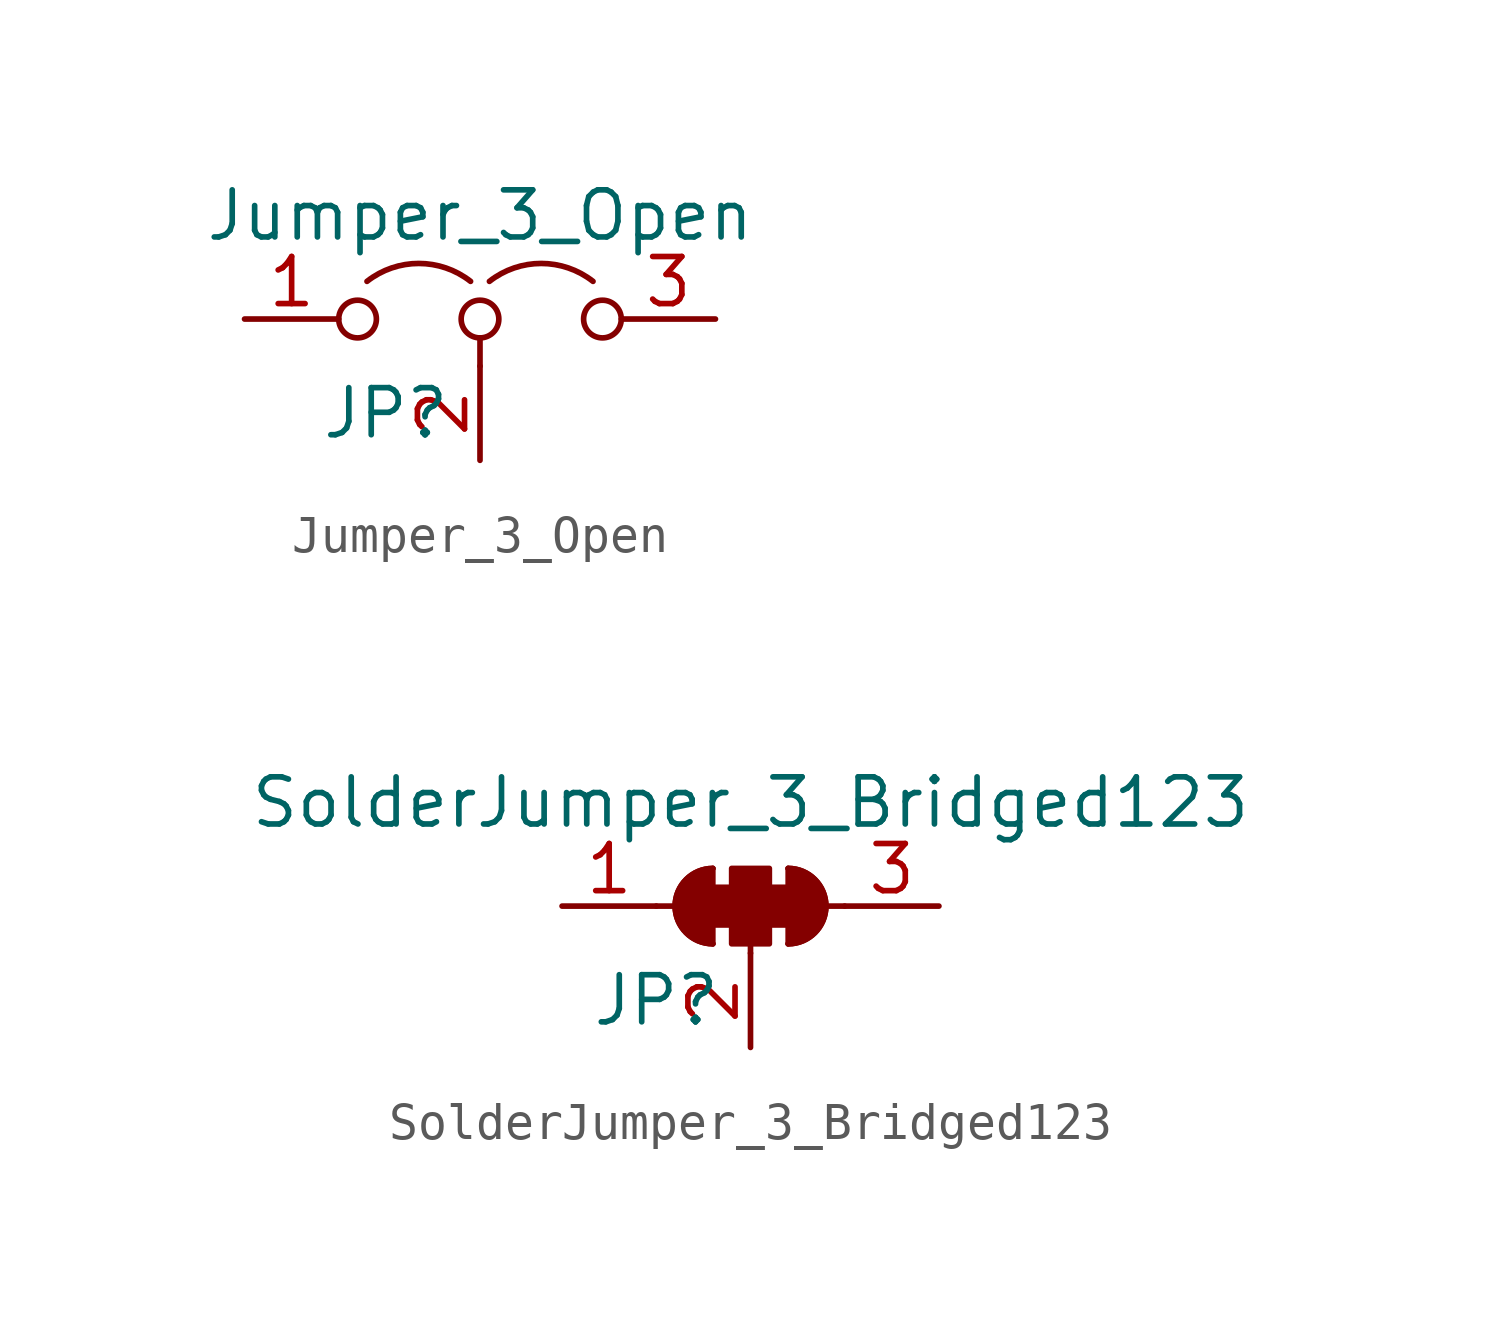
<source format=kicad_sym>
(kicad_symbol_lib
  (version 20211014)
  (generator kicad_symbol_editor)
  (symbol "Jumper_3_Open"
    (pin_names
      (offset 0) hide)
    (property "Reference" "JP"
      (at -2.54 -2.54 0)
      (effects (font (size 1.27 1.27))))
    (property "Value" "Jumper_3_Open"
      (at 0 2.794 0)
      (effects (font (size 1.27 1.27))))
    (symbol "Jumper_3_Open_0_0"
      (circle (center -3.302 0) (radius 0.508) (stroke (width 0) (type default) (color 0 0 0 0)) (fill (type none)))
      (circle (center 0 0) (radius 0.508) (stroke (width 0) (type default) (color 0 0 0 0)) (fill (type none)))
      (circle (center 3.302 0) (radius 0.508) (stroke (width 0) (type default) (color 0 0 0 0)) (fill (type none))))
    (symbol "Jumper_3_Open_0_1"
      (arc (start -0.254 1.016) (mid -1.651 1.4992) (end -3.048 1.016) (stroke (width 0) (type default) (color 0 0 0 0)) (fill (type none)))
      (polyline (pts (xy 0 -0.508) (xy 0 -1.27)) (stroke (width 0) (type default) (color 0 0 0 0)) (fill (type none)))
      (arc (start 3.048 1.016) (mid 1.651 1.4992) (end 0.254 1.016) (stroke (width 0) (type default) (color 0 0 0 0)) (fill (type none))))
    (symbol "Jumper_3_Open_1_1"
      (pin passive line (at -6.35 0 0) (length 2.54) (name "A" (effects (font (size 1.27 1.27)))) (number "1" (effects (font (size 1.27 1.27)))))
      (pin input line (at 0 -3.81 90) (length 2.54) (name "C" (effects (font (size 1.27 1.27)))) (number "2" (effects (font (size 1.27 1.27)))))
      (pin passive line (at 6.35 0 180) (length 2.54) (name "B" (effects (font (size 1.27 1.27)))) (number "3" (effects (font (size 1.27 1.27)))))))
  (symbol "SolderJumper_3_Bridged123"
    (pin_names
      (offset 0) hide)
    (property "Reference" "JP"
      (at -2.54 -2.54 0)
      (effects (font (size 1.27 1.27))))
    (property "Value" "SolderJumper_3_Bridged123"
      (at 0 2.794 0)
      (effects (font (size 1.27 1.27))))
    (symbol "SolderJumper_3_Bridged123_0_1"
      (rectangle (start -1.016 0.508) (end -0.508 -0.508) (stroke (width 0) (type default) (color 0 0 0 0)) (fill (type outline)))
      (arc (start -1.016 1.016) (mid -2.032 0) (end -1.016 -1.016) (stroke (width 0) (type default) (color 0 0 0 0)) (fill (type none)))
      (arc (start -1.016 1.016) (mid -2.032 0) (end -1.016 -1.016) (stroke (width 0) (type default) (color 0 0 0 0)) (fill (type outline)))
      (rectangle (start -0.508 1.016) (end 0.508 -1.016) (stroke (width 0) (type default) (color 0 0 0 0)) (fill (type outline)))
      (polyline (pts (xy -2.54 0) (xy -2.032 0)) (stroke (width 0) (type default) (color 0 0 0 0)) (fill (type none)))
      (polyline (pts (xy -1.016 1.016) (xy -1.016 -1.016)) (stroke (width 0) (type default) (color 0 0 0 0)) (fill (type none)))
      (polyline (pts (xy 0 -1.27) (xy 0 -1.016)) (stroke (width 0) (type default) (color 0 0 0 0)) (fill (type none)))
      (polyline (pts (xy 1.016 1.016) (xy 1.016 -1.016)) (stroke (width 0) (type default) (color 0 0 0 0)) (fill (type none)))
      (polyline (pts (xy 2.54 0) (xy 2.032 0)) (stroke (width 0) (type default) (color 0 0 0 0)) (fill (type none)))
      (rectangle (start 0.508 0.508) (end 1.016 -0.508) (stroke (width 0) (type default) (color 0 0 0 0)) (fill (type outline)))
      (arc (start 1.016 -1.016) (mid 2.032 0) (end 1.016 1.016) (stroke (width 0) (type default) (color 0 0 0 0)) (fill (type none)))
      (arc (start 1.016 -1.016) (mid 2.032 0) (end 1.016 1.016) (stroke (width 0) (type default) (color 0 0 0 0)) (fill (type outline))))
    (symbol "SolderJumper_3_Bridged123_1_1"
      (pin passive line (at -5.08 0 0) (length 2.54) (name "A" (effects (font (size 1.27 1.27)))) (number "1" (effects (font (size 1.27 1.27)))))
      (pin input line (at 0 -3.81 90) (length 2.54) (name "C" (effects (font (size 1.27 1.27)))) (number "2" (effects (font (size 1.27 1.27)))))
      (pin passive line (at 5.08 0 180) (length 2.54) (name "B" (effects (font (size 1.27 1.27)))) (number "3" (effects (font (size 1.27 1.27))))))))
</source>
